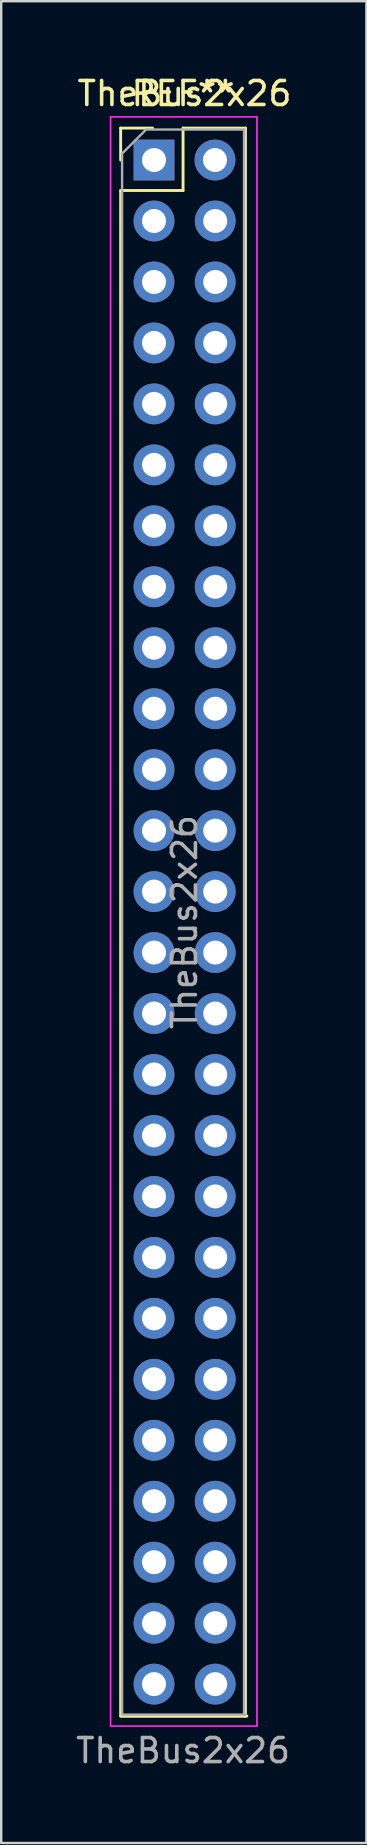
<source format=kicad_pcb>
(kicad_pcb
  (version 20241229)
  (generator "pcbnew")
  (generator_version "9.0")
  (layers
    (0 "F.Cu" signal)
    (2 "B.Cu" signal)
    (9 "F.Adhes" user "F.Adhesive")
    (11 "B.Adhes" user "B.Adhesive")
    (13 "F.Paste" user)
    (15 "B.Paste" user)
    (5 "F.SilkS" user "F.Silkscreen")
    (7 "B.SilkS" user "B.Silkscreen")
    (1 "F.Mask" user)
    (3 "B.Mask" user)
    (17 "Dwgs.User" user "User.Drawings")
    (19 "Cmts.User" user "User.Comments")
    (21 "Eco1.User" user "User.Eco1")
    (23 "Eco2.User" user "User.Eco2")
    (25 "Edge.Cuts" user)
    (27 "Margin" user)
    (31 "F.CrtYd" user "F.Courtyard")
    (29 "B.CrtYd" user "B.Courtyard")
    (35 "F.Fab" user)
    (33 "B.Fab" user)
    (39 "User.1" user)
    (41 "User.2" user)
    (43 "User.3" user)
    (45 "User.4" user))
  (footprint "TheBus2x26"
    (layer "F.Cu")
    (at 5.907 3.618)
    (property "Reference" "TheBus2x26" (at -1.27 -2.77 0) (layer "F.SilkS") (effects (font (size 1 1) (thickness 0.15))))
    (attr through_hole)
    (fp_line (start -3.93 -1.33) (end -3.93 0) (stroke (width 0.12) (type solid)) (layer "F.SilkS"))
    (fp_line (start -3.93 1.27) (end -3.93 64.83) (stroke (width 0.12) (type solid)) (layer "F.SilkS"))
    (fp_line (start -3.87 64.83) (end 1.33 64.83) (stroke (width 0.12) (type solid)) (layer "F.SilkS"))
    (fp_line (start -2.6 -1.33) (end -3.93 -1.33) (stroke (width 0.12) (type solid)) (layer "F.SilkS"))
    (fp_line (start -1.33 -1.33) (end -1.33 1.27) (stroke (width 0.12) (type solid)) (layer "F.SilkS"))
    (fp_line (start -1.33 1.27) (end -3.93 1.27) (stroke (width 0.12) (type solid)) (layer "F.SilkS"))
    (fp_line (start 1.27 -1.33) (end -1.33 -1.33) (stroke (width 0.12) (type solid)) (layer "F.SilkS"))
    (fp_line (start 1.27 -1.33) (end 1.27 64.83) (stroke (width 0.12) (type solid)) (layer "F.SilkS"))
    (fp_line (start 1.27 64.83) (end -3.93 64.83) (stroke (width 0.12) (type solid)) (layer "F.SilkS"))
    (fp_line (start -4.36 -1.8) (end -4.36 65.25) (stroke (width 0.05) (type solid)) (layer "F.CrtYd"))
    (fp_line (start -4.36 65.25) (end 1.74 65.25) (stroke (width 0.05) (type solid)) (layer "F.CrtYd"))
    (fp_line (start -4.34 -1.8) (end 1.76 -1.8) (stroke (width 0.05) (type solid)) (layer "F.CrtYd"))
    (fp_line (start -4.34 65.25) (end -4.34 -1.8) (stroke (width 0.05) (type solid)) (layer "F.CrtYd"))
    (fp_line (start 1.74 -1.8) (end -4.36 -1.8) (stroke (width 0.05) (type solid)) (layer "F.CrtYd"))
    (fp_line (start 1.74 65.25) (end 1.74 -1.8) (stroke (width 0.05) (type solid)) (layer "F.CrtYd"))
    (fp_line (start 1.76 -1.8) (end 1.76 65.25) (stroke (width 0.05) (type solid)) (layer "F.CrtYd"))
    (fp_line (start 1.76 65.25) (end -4.34 65.25) (stroke (width 0.05) (type solid)) (layer "F.CrtYd"))
    (fp_line (start -3.87 -0.27) (end -3.87 64.77) (stroke (width 0.1) (type solid)) (layer "F.Fab"))
    (fp_line (start -2.87 -1.27) (end -3.87 -0.27) (stroke (width 0.1) (type solid)) (layer "F.Fab"))
    (fp_line (start 1.21 -1.27) (end -2.87 -1.27) (stroke (width 0.1) (type solid)) (layer "F.Fab"))
    (fp_line (start 1.21 64.77) (end 1.21 -1.27) (stroke (width 0.1) (type solid)) (layer "F.Fab"))
    (fp_line (start 1.27 64.77) (end -3.81 64.77) (stroke (width 0.1) (type solid)) (layer "F.Fab"))
    (fp_text user "REF**" (at -1.33 -2.77 0) (layer "F.SilkS") (effects (font (size 1 1) (thickness 0.15))))
    (fp_text user "${REFERENCE}" (at -1.27 31.75 90) (layer "F.Fab") (effects (font (size 1 1) (thickness 0.15))))
    (fp_text user "TheBus2x26" (at -1.33 66.27 0) (layer "F.Fab") (effects (font (size 1 1) (thickness 0.15))))
    (pad "1" thru_hole rect (at -2.54 0) (size 1.7 1.7) (drill 1) (layers "*.Cu" "*.Mask"))
    (pad "2" thru_hole oval (at 0 0) (size 1.7 1.7) (drill 1) (layers "*.Cu" "*.Mask"))
    (pad "3" thru_hole oval (at -2.54 2.54) (size 1.7 1.7) (drill 1) (layers "*.Cu" "*.Mask"))
    (pad "4" thru_hole oval (at 0.01 2.54) (size 1.7 1.7) (drill 1) (layers "*.Cu" "*.Mask"))
    (pad "5" thru_hole oval (at -2.54 5.08) (size 1.7 1.7) (drill 1) (layers "*.Cu" "*.Mask"))
    (pad "6" thru_hole oval (at 0.01 5.08) (size 1.7 1.7) (drill 1) (layers "*.Cu" "*.Mask"))
    (pad "8" thru_hole oval (at 0.01 7.62) (size 1.7 1.7) (drill 1) (layers "*.Cu" "*.Mask"))
    (pad "9" thru_hole oval (at -2.54 7.62) (size 1.7 1.7) (drill 1) (layers "*.Cu" "*.Mask"))
    (pad "9" thru_hole oval (at -2.54 10.16) (size 1.7 1.7) (drill 1) (layers "*.Cu" "*.Mask"))
    (pad "10" thru_hole oval (at 0.01 10.16) (size 1.7 1.7) (drill 1) (layers "*.Cu" "*.Mask"))
    (pad "11" thru_hole oval (at -2.54 12.7) (size 1.7 1.7) (drill 1) (layers "*.Cu" "*.Mask"))
    (pad "12" thru_hole oval (at 0.01 12.7) (size 1.7 1.7) (drill 1) (layers "*.Cu" "*.Mask"))
    (pad "13" thru_hole oval (at -2.54 15.24) (size 1.7 1.7) (drill 1) (layers "*.Cu" "*.Mask"))
    (pad "14" thru_hole oval (at 0.01 15.24) (size 1.7 1.7) (drill 1) (layers "*.Cu" "*.Mask"))
    (pad "15" thru_hole oval (at -2.54 17.78) (size 1.7 1.7) (drill 1) (layers "*.Cu" "*.Mask"))
    (pad "16" thru_hole oval (at 0.01 17.78) (size 1.7 1.7) (drill 1) (layers "*.Cu" "*.Mask"))
    (pad "17" thru_hole oval (at -2.54 20.32) (size 1.7 1.7) (drill 1) (layers "*.Cu" "*.Mask"))
    (pad "18" thru_hole oval (at 0.01 20.32) (size 1.7 1.7) (drill 1) (layers "*.Cu" "*.Mask"))
    (pad "19" thru_hole oval (at -2.54 22.86) (size 1.7 1.7) (drill 1) (layers "*.Cu" "*.Mask"))
    (pad "20" thru_hole oval (at 0.01 22.86) (size 1.7 1.7) (drill 1) (layers "*.Cu" "*.Mask"))
    (pad "21" thru_hole oval (at -2.54 25.4) (size 1.7 1.7) (drill 1) (layers "*.Cu" "*.Mask"))
    (pad "22" thru_hole oval (at 0.01 25.4) (size 1.7 1.7) (drill 1) (layers "*.Cu" "*.Mask"))
    (pad "23" thru_hole oval (at -2.54 27.94) (size 1.7 1.7) (drill 1) (layers "*.Cu" "*.Mask"))
    (pad "24" thru_hole oval (at 0.01 27.94) (size 1.7 1.7) (drill 1) (layers "*.Cu" "*.Mask"))
    (pad "25" thru_hole oval (at -2.54 30.48) (size 1.7 1.7) (drill 1) (layers "*.Cu" "*.Mask"))
    (pad "26" thru_hole oval (at 0.01 30.48) (size 1.7 1.7) (drill 1) (layers "*.Cu" "*.Mask"))
    (pad "27" thru_hole oval (at -2.54 33.02) (size 1.7 1.7) (drill 1) (layers "*.Cu" "*.Mask"))
    (pad "28" thru_hole oval (at 0.01 33.02) (size 1.7 1.7) (drill 1) (layers "*.Cu" "*.Mask"))
    (pad "29" thru_hole oval (at -2.54 35.56) (size 1.7 1.7) (drill 1) (layers "*.Cu" "*.Mask"))
    (pad "30" thru_hole oval (at 0.01 35.56) (size 1.7 1.7) (drill 1) (layers "*.Cu" "*.Mask"))
    (pad "31" thru_hole oval (at -2.54 38.1) (size 1.7 1.7) (drill 1) (layers "*.Cu" "*.Mask"))
    (pad "32" thru_hole oval (at 0.01 38.1) (size 1.7 1.7) (drill 1) (layers "*.Cu" "*.Mask"))
    (pad "33" thru_hole oval (at -2.54 40.64) (size 1.7 1.7) (drill 1) (layers "*.Cu" "*.Mask"))
    (pad "34" thru_hole oval (at 0.01 40.64) (size 1.7 1.7) (drill 1) (layers "*.Cu" "*.Mask"))
    (pad "35" thru_hole oval (at -2.54 43.18) (size 1.7 1.7) (drill 1) (layers "*.Cu" "*.Mask"))
    (pad "36" thru_hole oval (at 0.01 43.18) (size 1.7 1.7) (drill 1) (layers "*.Cu" "*.Mask"))
    (pad "37" thru_hole oval (at -2.54 45.72) (size 1.7 1.7) (drill 1) (layers "*.Cu" "*.Mask"))
    (pad "38" thru_hole oval (at 0.01 45.72) (size 1.7 1.7) (drill 1) (layers "*.Cu" "*.Mask"))
    (pad "39" thru_hole oval (at -2.54 48.26) (size 1.7 1.7) (drill 1) (layers "*.Cu" "*.Mask"))
    (pad "40" thru_hole oval (at 0.01 48.26) (size 1.7 1.7) (drill 1) (layers "*.Cu" "*.Mask"))
    (pad "41" thru_hole oval (at -2.54 50.8) (size 1.7 1.7) (drill 1) (layers "*.Cu" "*.Mask"))
    (pad "42" thru_hole oval (at 0.01 50.8) (size 1.7 1.7) (drill 1) (layers "*.Cu" "*.Mask"))
    (pad "43" thru_hole oval (at -2.54 53.34) (size 1.7 1.7) (drill 1) (layers "*.Cu" "*.Mask"))
    (pad "44" thru_hole oval (at 0.01 53.34) (size 1.7 1.7) (drill 1) (layers "*.Cu" "*.Mask"))
    (pad "45" thru_hole oval (at -2.54 55.88) (size 1.7 1.7) (drill 1) (layers "*.Cu" "*.Mask"))
    (pad "46" thru_hole oval (at 0.01 55.88) (size 1.7 1.7) (drill 1) (layers "*.Cu" "*.Mask"))
    (pad "47" thru_hole oval (at -2.54 58.42) (size 1.7 1.7) (drill 1) (layers "*.Cu" "*.Mask"))
    (pad "48" thru_hole oval (at 0.01 58.42) (size 1.7 1.7) (drill 1) (layers "*.Cu" "*.Mask"))
    (pad "49" thru_hole oval (at -2.54 60.96) (size 1.7 1.7) (drill 1) (layers "*.Cu" "*.Mask"))
    (pad "50" thru_hole oval (at 0.01 60.96) (size 1.7 1.7) (drill 1) (layers "*.Cu" "*.Mask"))
    (pad "51" thru_hole oval (at -2.54 63.5) (size 1.7 1.7) (drill 1) (layers "*.Cu" "*.Mask"))
    (pad "52" thru_hole oval (at 0.01 63.5) (size 1.7 1.7) (drill 1) (layers "*.Cu" "*.Mask")))
  (gr_rect
    (start -3 -3)
    (end 12.215 73.737)
    (stroke (width 0.1) (type default))
    (fill no)
    (layer "Edge.Cuts")))
</source>
